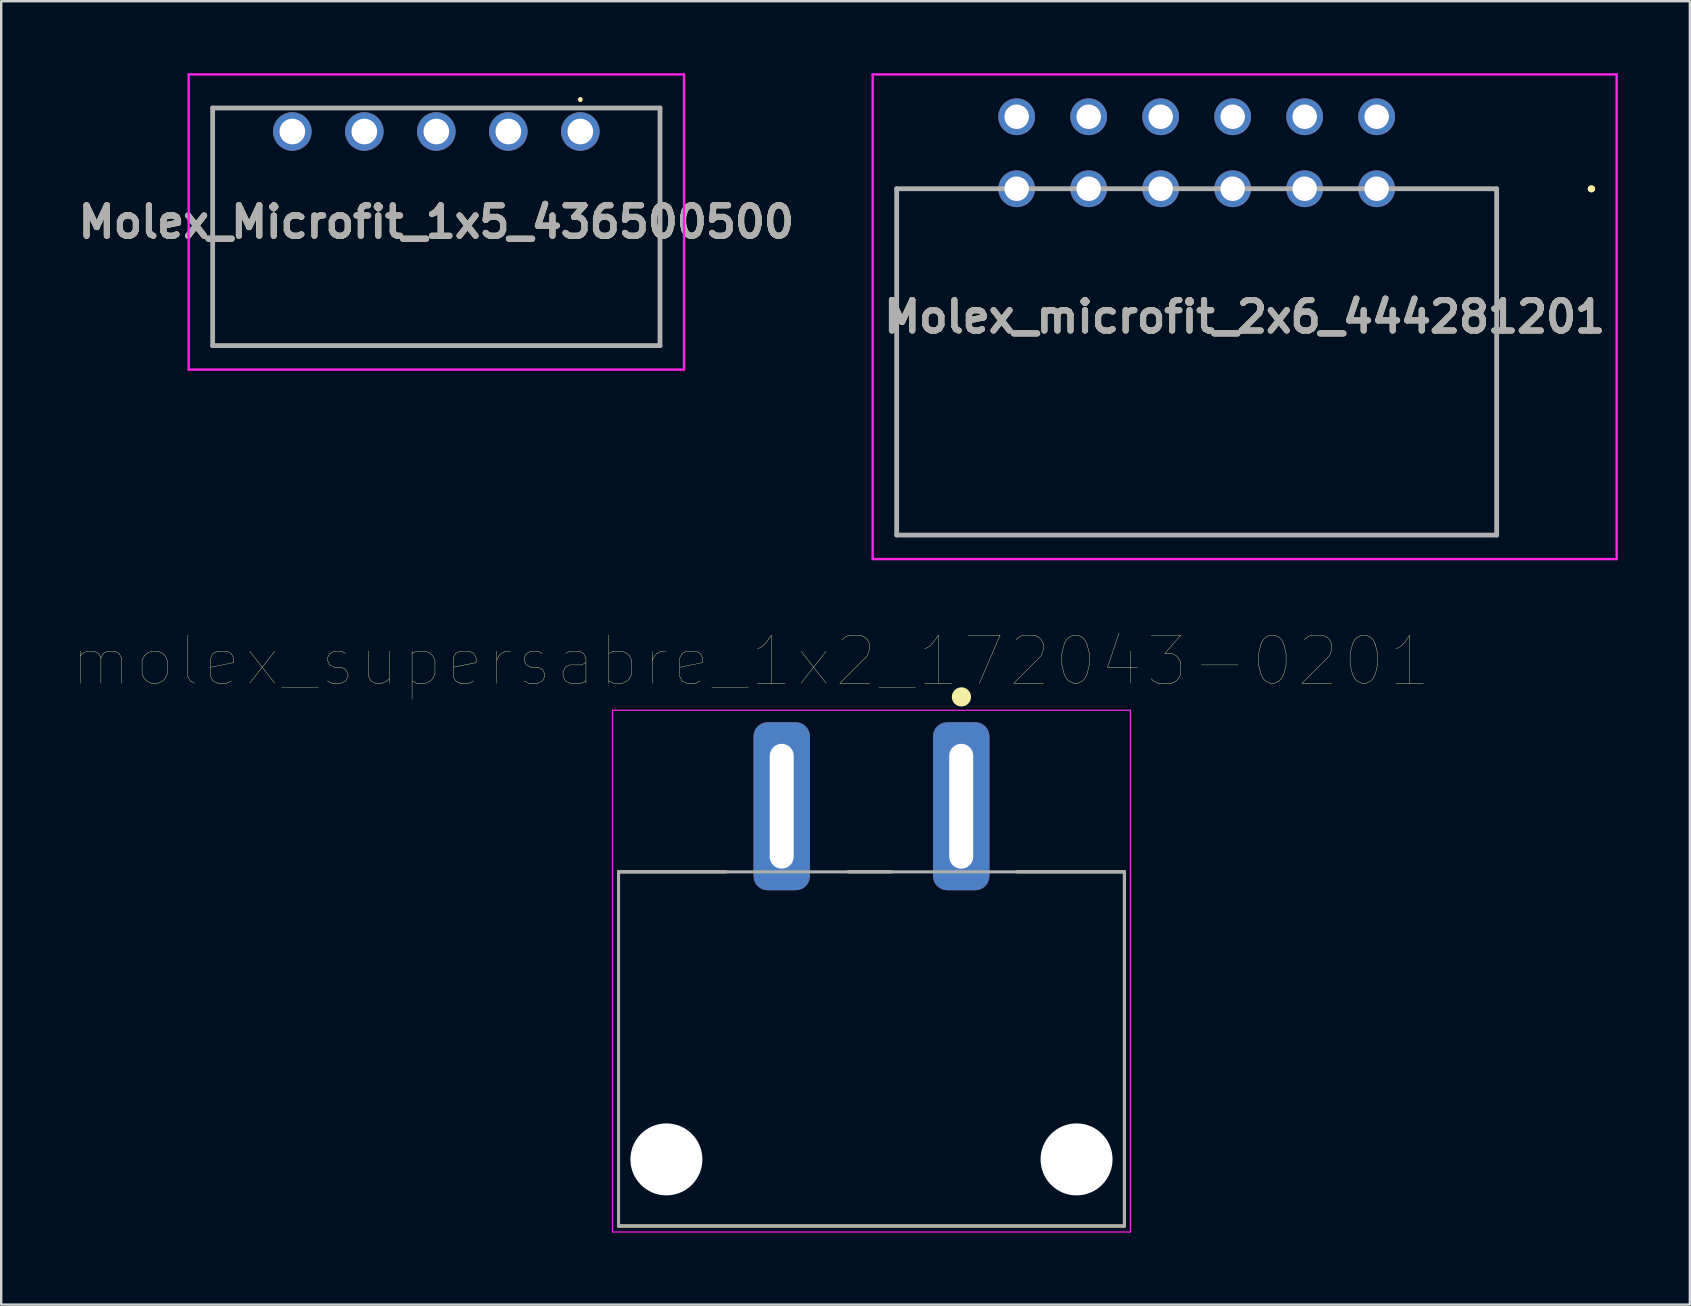
<source format=kicad_pcb>
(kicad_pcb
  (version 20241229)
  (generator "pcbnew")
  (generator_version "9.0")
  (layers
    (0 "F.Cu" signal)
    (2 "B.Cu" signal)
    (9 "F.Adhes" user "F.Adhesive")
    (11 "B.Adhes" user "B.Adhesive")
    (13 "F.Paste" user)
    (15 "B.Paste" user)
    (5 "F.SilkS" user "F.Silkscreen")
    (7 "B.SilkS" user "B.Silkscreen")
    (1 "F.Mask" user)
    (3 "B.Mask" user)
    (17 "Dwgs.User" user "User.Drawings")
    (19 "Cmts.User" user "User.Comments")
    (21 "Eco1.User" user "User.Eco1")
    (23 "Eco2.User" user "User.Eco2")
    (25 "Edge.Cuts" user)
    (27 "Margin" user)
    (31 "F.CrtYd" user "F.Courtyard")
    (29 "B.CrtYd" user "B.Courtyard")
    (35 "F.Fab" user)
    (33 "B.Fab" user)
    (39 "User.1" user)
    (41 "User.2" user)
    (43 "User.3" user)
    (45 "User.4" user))
  (footprint "molex_supersabre_1x2_172043-0201"
    (layer "F.Cu")
    (at 33.262 30.544)
    (property "Reference" "molex_supersabre_1x2_172043-0201" (at -5.033 -6.052 0) (layer "F.SilkS") (effects (font (size 2.002 2.002) (thickness 0.015))))
    (attr through_hole)
    (fp_line (start -10.54 2.735) (end -6.06 2.735) (stroke (width 0.127) (type solid)) (layer "F.SilkS"))
    (fp_line (start -10.54 17.49) (end -10.54 2.735) (stroke (width 0.127) (type solid)) (layer "F.SilkS"))
    (fp_line (start -0.97 2.735) (end 0.843 2.735) (stroke (width 0.127) (type solid)) (layer "F.SilkS"))
    (fp_line (start 6.06 2.735) (end 10.54 2.735) (stroke (width 0.127) (type solid)) (layer "F.SilkS"))
    (fp_line (start 10.54 2.735) (end 10.54 17.49) (stroke (width 0.127) (type solid)) (layer "F.SilkS"))
    (fp_line (start 10.54 17.49) (end -10.54 17.49) (stroke (width 0.127) (type solid)) (layer "F.SilkS"))
    (fp_circle (center 3.748 -4.556) (end 3.948 -4.556) (stroke (width 0.4) (type solid)) (fill no) (layer "F.SilkS"))
    (fp_line (start -10.79 -4) (end 10.79 -4) (stroke (width 0.05) (type solid)) (layer "F.CrtYd"))
    (fp_line (start -10.79 17.74) (end -10.79 -4) (stroke (width 0.05) (type solid)) (layer "F.CrtYd"))
    (fp_line (start 10.79 -4) (end 10.79 17.74) (stroke (width 0.05) (type solid)) (layer "F.CrtYd"))
    (fp_line (start 10.79 17.74) (end -10.79 17.74) (stroke (width 0.05) (type solid)) (layer "F.CrtYd"))
    (fp_line (start -10.54 2.735) (end -10.54 17.49) (stroke (width 0.127) (type solid)) (layer "F.Fab"))
    (fp_line (start -10.54 17.49) (end 10.54 17.49) (stroke (width 0.127) (type solid)) (layer "F.Fab"))
    (fp_line (start 10.54 2.735) (end -10.54 2.735) (stroke (width 0.127) (type solid)) (layer "F.Fab"))
    (fp_line (start 10.54 17.49) (end 10.54 2.735) (stroke (width 0.127) (type solid)) (layer "F.Fab"))
    (pad "" np_thru_hole circle (at -8.545 14.715) (size 3 3) (drill 3) (layers "*.Cu" "*.Mask"))
    (pad "" np_thru_hole circle (at 8.545 14.715) (size 3 3) (drill 3) (layers "*.Cu" "*.Mask"))
    (pad "1" thru_hole roundrect (at -3.74 0) (size 2.35 7) (drill oval 1 5.2) (layers "*.Cu" "*.Mask") (roundrect_rratio 0.25))
    (pad "2" thru_hole roundrect (at 3.74 0) (size 2.35 7) (drill oval 1 5.2) (layers "*.Cu" "*.Mask") (roundrect_rratio 0.25)))
  (footprint "Molex_microfit_2x6_444281201"
    (layer "F.Cu")
    (at 54.312 4.815)
    (property "Reference" "Molex_microfit_2x6_444281201" (at -5.5 5.332 0) (layer "F.SilkS") (effects (font (size 1.27 1.27) (thickness 0.254))))
    (attr through_hole)
    (fp_line (start -20 0) (end -20 0) (stroke (width 0.1) (type solid)) (layer "F.SilkS"))
    (fp_line (start -20 0) (end -20 0) (stroke (width 0.1) (type solid)) (layer "F.SilkS"))
    (fp_line (start -20 0) (end -20 14.43) (stroke (width 0.1) (type solid)) (layer "F.SilkS"))
    (fp_line (start -20 0) (end -16.5 0) (stroke (width 0.1) (type solid)) (layer "F.SilkS"))
    (fp_line (start -20 14.43) (end -20 0) (stroke (width 0.1) (type solid)) (layer "F.SilkS"))
    (fp_line (start -20 14.43) (end -20 14.43) (stroke (width 0.1) (type solid)) (layer "F.SilkS"))
    (fp_line (start -20 14.43) (end -20 14.43) (stroke (width 0.1) (type solid)) (layer "F.SilkS"))
    (fp_line (start -20 14.43) (end 5 14.43) (stroke (width 0.1) (type solid)) (layer "F.SilkS"))
    (fp_line (start -16.5 0) (end -20 0) (stroke (width 0.1) (type solid)) (layer "F.SilkS"))
    (fp_line (start -16.5 0) (end -16.5 0) (stroke (width 0.1) (type solid)) (layer "F.SilkS"))
    (fp_line (start 1.5 0) (end 1.5 0) (stroke (width 0.1) (type solid)) (layer "F.SilkS"))
    (fp_line (start 1.5 0) (end 5 0) (stroke (width 0.1) (type solid)) (layer "F.SilkS"))
    (fp_line (start 5 0) (end 1.5 0) (stroke (width 0.1) (type solid)) (layer "F.SilkS"))
    (fp_line (start 5 0) (end 5 0) (stroke (width 0.1) (type solid)) (layer "F.SilkS"))
    (fp_line (start 5 0) (end 5 0) (stroke (width 0.1) (type solid)) (layer "F.SilkS"))
    (fp_line (start 5 0) (end 5 14.43) (stroke (width 0.1) (type solid)) (layer "F.SilkS"))
    (fp_line (start 5 14.43) (end -20 14.43) (stroke (width 0.1) (type solid)) (layer "F.SilkS"))
    (fp_line (start 5 14.43) (end 5 0) (stroke (width 0.1) (type solid)) (layer "F.SilkS"))
    (fp_line (start 5 14.43) (end 5 14.43) (stroke (width 0.1) (type solid)) (layer "F.SilkS"))
    (fp_line (start 5 14.43) (end 5 14.43) (stroke (width 0.1) (type solid)) (layer "F.SilkS"))
    (fp_line (start 8.9 0) (end 8.9 0) (stroke (width 0.2) (type solid)) (layer "F.SilkS"))
    (fp_line (start 8.9 0) (end 8.9 0) (stroke (width 0.2) (type solid)) (layer "F.SilkS"))
    (fp_line (start 9 0) (end 9 0) (stroke (width 0.2) (type solid)) (layer "F.SilkS"))
    (fp_arc (start 8.9 0) (mid 8.95 -0.05) (end 9 0) (stroke (width 0.2) (type solid)) (layer "F.SilkS"))
    (fp_arc (start 9 0) (mid 8.95 0.05) (end 8.9 0) (stroke (width 0.2) (type solid)) (layer "F.SilkS"))
    (fp_arc (start 9 0) (mid 8.95 0.05) (end 8.9 0) (stroke (width 0.2) (type solid)) (layer "F.SilkS"))
    (fp_line (start -21 -4.765) (end 10 -4.765) (stroke (width 0.1) (type solid)) (layer "F.CrtYd"))
    (fp_line (start -21 15.43) (end -21 -4.765) (stroke (width 0.1) (type solid)) (layer "F.CrtYd"))
    (fp_line (start 10 -4.765) (end 10 15.43) (stroke (width 0.1) (type solid)) (layer "F.CrtYd"))
    (fp_line (start 10 15.43) (end -21 15.43) (stroke (width 0.1) (type solid)) (layer "F.CrtYd"))
    (fp_line (start -20 0) (end -20 14.43) (stroke (width 0.2) (type solid)) (layer "F.Fab"))
    (fp_line (start -20 14.43) (end 5 14.43) (stroke (width 0.2) (type solid)) (layer "F.Fab"))
    (fp_line (start 5 0) (end -20 0) (stroke (width 0.2) (type solid)) (layer "F.Fab"))
    (fp_line (start 5 14.43) (end 5 0) (stroke (width 0.2) (type solid)) (layer "F.Fab"))
    (fp_text user "${REFERENCE}" (at -5.5 5.332 0) (layer "F.Fab") (effects (font (size 1.27 1.27) (thickness 0.254))))
    (pad "" np_thru_hole circle (at -12.84 8.53) (size 0.001 0.001) (drill 3) (layers "*.Cu" "*.Mask"))
    (pad "" np_thru_hole circle (at -2.16 8.53) (size 0.001 0.001) (drill 3) (layers "*.Cu" "*.Mask"))
    (pad "1" thru_hole circle (at 0 0) (size 1.53 1.53) (drill 1.02) (layers "*.Cu" "*.Mask"))
    (pad "2" thru_hole circle (at -3 0) (size 1.53 1.53) (drill 1.02) (layers "*.Cu" "*.Mask"))
    (pad "3" thru_hole circle (at -6 0) (size 1.53 1.53) (drill 1.02) (layers "*.Cu" "*.Mask"))
    (pad "4" thru_hole circle (at -9 0) (size 1.53 1.53) (drill 1.02) (layers "*.Cu" "*.Mask"))
    (pad "5" thru_hole circle (at -12 0) (size 1.53 1.53) (drill 1.02) (layers "*.Cu" "*.Mask"))
    (pad "6" thru_hole circle (at -15 0) (size 1.53 1.53) (drill 1.02) (layers "*.Cu" "*.Mask"))
    (pad "7" thru_hole circle (at 0 -3) (size 1.53 1.53) (drill 1.02) (layers "*.Cu" "*.Mask"))
    (pad "8" thru_hole circle (at -3 -3) (size 1.53 1.53) (drill 1.02) (layers "*.Cu" "*.Mask"))
    (pad "9" thru_hole circle (at -6 -3) (size 1.53 1.53) (drill 1.02) (layers "*.Cu" "*.Mask"))
    (pad "10" thru_hole circle (at -9 -3) (size 1.53 1.53) (drill 1.02) (layers "*.Cu" "*.Mask"))
    (pad "11" thru_hole circle (at -12 -3) (size 1.53 1.53) (drill 1.02) (layers "*.Cu" "*.Mask"))
    (pad "12" thru_hole circle (at -15 -3) (size 1.53 1.53) (drill 1.02) (layers "*.Cu" "*.Mask")))
  (footprint "Molex_Microfit_1x5_436500500"
    (layer "F.Cu")
    (at 21.131 2.43)
    (property "Reference" "Molex_Microfit_1x5_436500500" (at -6 3.77 0) (layer "F.SilkS") (effects (font (size 1.27 1.27) (thickness 0.254))))
    (attr through_hole)
    (fp_line (start -15.32 -0.98) (end -15.32 8.92) (stroke (width 0.1) (type solid)) (layer "F.SilkS"))
    (fp_line (start -15.32 8.92) (end 3.32 8.92) (stroke (width 0.1) (type solid)) (layer "F.SilkS"))
    (fp_line (start -13 -0.98) (end -15.32 -0.98) (stroke (width 0.1) (type solid)) (layer "F.SilkS"))
    (fp_line (start 0 -1.38) (end 0 -1.38) (stroke (width 0.1) (type solid)) (layer "F.SilkS"))
    (fp_line (start 0 -1.28) (end 0 -1.28) (stroke (width 0.1) (type solid)) (layer "F.SilkS"))
    (fp_line (start 1 -0.98) (end 1.5 -0.98) (stroke (width 0.1) (type solid)) (layer "F.SilkS"))
    (fp_line (start 3.32 -0.98) (end 1.5 -0.98) (stroke (width 0.1) (type solid)) (layer "F.SilkS"))
    (fp_line (start 3.32 8.92) (end 3.32 -0.98) (stroke (width 0.1) (type solid)) (layer "F.SilkS"))
    (fp_arc (start 0 -1.38) (mid 0.05 -1.33) (end 0 -1.28) (stroke (width 0.1) (type solid)) (layer "F.SilkS"))
    (fp_arc (start 0 -1.28) (mid -0.05 -1.33) (end 0 -1.38) (stroke (width 0.1) (type solid)) (layer "F.SilkS"))
    (fp_line (start -16.32 -2.38) (end 4.32 -2.38) (stroke (width 0.1) (type solid)) (layer "F.CrtYd"))
    (fp_line (start -16.32 9.92) (end -16.32 -2.38) (stroke (width 0.1) (type solid)) (layer "F.CrtYd"))
    (fp_line (start 4.32 -2.38) (end 4.32 9.92) (stroke (width 0.1) (type solid)) (layer "F.CrtYd"))
    (fp_line (start 4.32 9.92) (end -16.32 9.92) (stroke (width 0.1) (type solid)) (layer "F.CrtYd"))
    (fp_line (start -15.32 -0.98) (end 3.32 -0.98) (stroke (width 0.2) (type solid)) (layer "F.Fab"))
    (fp_line (start -15.32 8.92) (end -15.32 -0.98) (stroke (width 0.2) (type solid)) (layer "F.Fab"))
    (fp_line (start 3.32 -0.98) (end 3.32 8.92) (stroke (width 0.2) (type solid)) (layer "F.Fab"))
    (fp_line (start 3.32 8.92) (end -15.32 8.92) (stroke (width 0.2) (type solid)) (layer "F.Fab"))
    (fp_text user "${REFERENCE}" (at -6 3.77 0) (layer "F.Fab") (effects (font (size 1.27 1.27) (thickness 0.254))))
    (pad "" np_thru_hole circle (at -9.85 4.32) (size 0.001 0.001) (drill 3.05) (layers "*.Cu" "*.Mask"))
    (pad "" np_thru_hole circle (at -2.15 4.32) (size 0.001 0.001) (drill 3.05) (layers "*.Cu" "*.Mask"))
    (pad "1" thru_hole circle (at 0 0) (size 1.605 1.605) (drill 1.07) (layers "*.Cu" "*.Mask"))
    (pad "2" thru_hole circle (at -3 0) (size 1.605 1.605) (drill 1.07) (layers "*.Cu" "*.Mask"))
    (pad "3" thru_hole circle (at -6 0) (size 1.605 1.605) (drill 1.07) (layers "*.Cu" "*.Mask"))
    (pad "4" thru_hole circle (at -9 0) (size 1.605 1.605) (drill 1.07) (layers "*.Cu" "*.Mask"))
    (pad "5" thru_hole circle (at -12 0) (size 1.605 1.605) (drill 1.07) (layers "*.Cu" "*.Mask")))
  (gr_rect
    (start -3 -3)
    (end 67.362 51.309)
    (stroke (width 0.1) (type default))
    (fill no)
    (layer "Edge.Cuts")))
</source>
